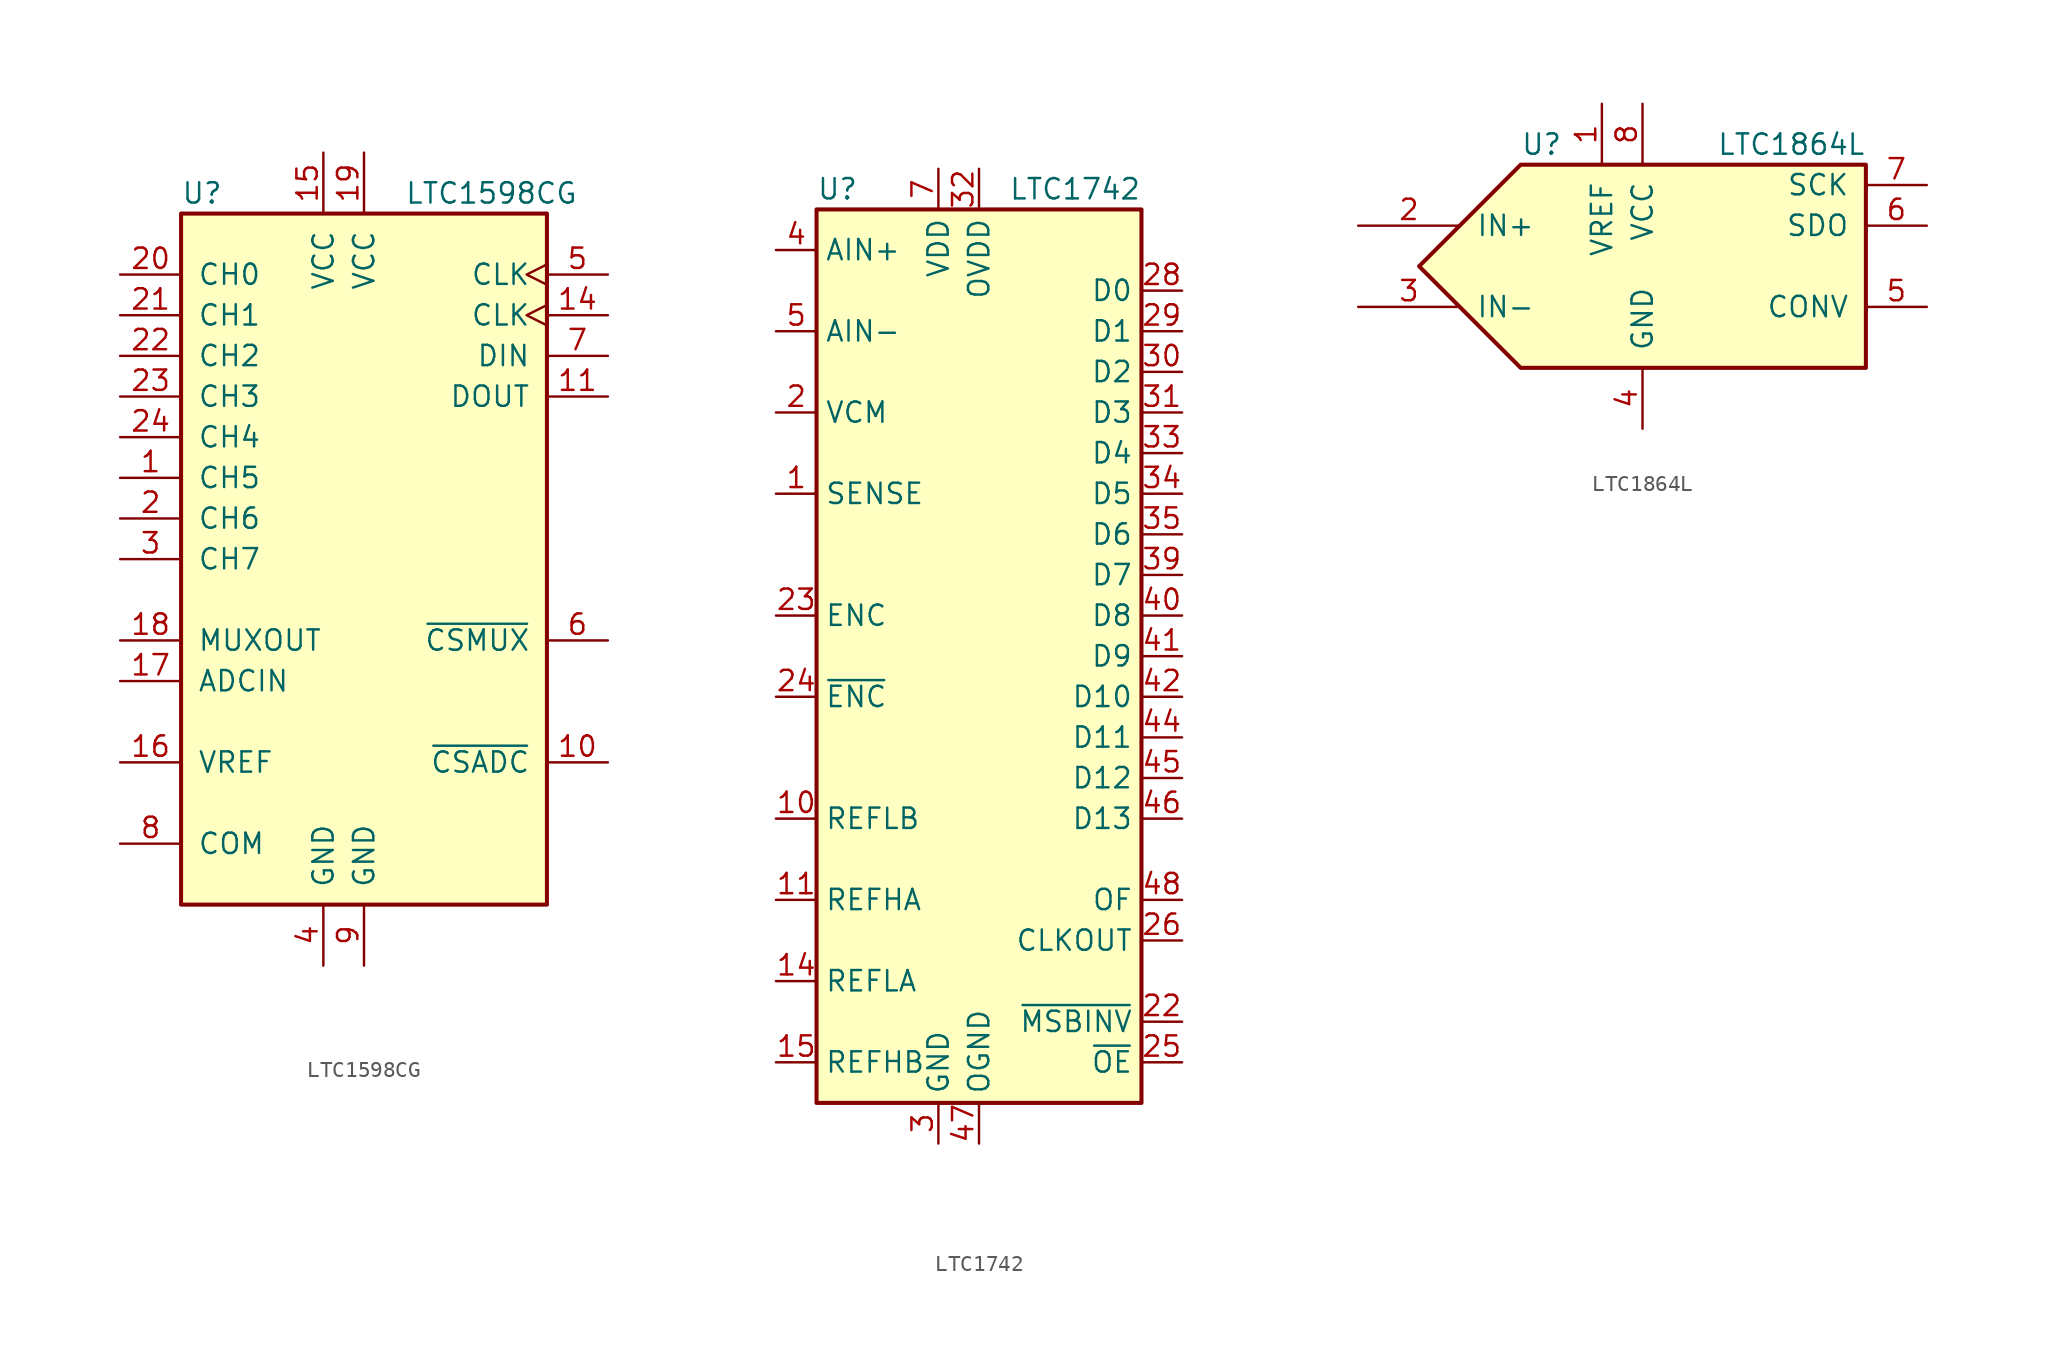
<source format=kicad_sym>
(kicad_symbol_lib
  (version 20201005)
  (generator kicad_symbol_editor)
  (symbol "Analog_ADC:LTC1598CG"
    (pin_names
      (offset 1.016))
    (property "Reference" "U"
      (at -11.43 22.86 0)
      (effects (font (size 1.27 1.27)) (justify left)))
    (property "Value" "LTC1598CG"
      (at 2.54 22.86 0)
      (effects (font (size 1.27 1.27)) (justify left)))
    (symbol "LTC1598CG_0_1"
      (rectangle (start -11.43 21.59) (end 11.43 -21.59) (stroke (width 0.254)) (fill (type background))))
    (symbol "LTC1598CG_1_1"
      (pin input line (at -15.24 5.08 0) (length 3.81) (name "CH5" (effects (font (size 1.27 1.27)))) (number "1" (effects (font (size 1.27 1.27)))))
      (pin input line (at 15.24 -12.7 180) (length 3.81) (name "~CSADC~" (effects (font (size 1.27 1.27)))) (number "10" (effects (font (size 1.27 1.27)))))
      (pin output line (at 15.24 10.16 180) (length 3.81) (name "DOUT" (effects (font (size 1.27 1.27)))) (number "11" (effects (font (size 1.27 1.27)))))
      (pin no_connect line (at 2.54 -25.4 90) (length 3.81) hide (name "NC" (effects (font (size 1.27 1.27)))) (number "12" (effects (font (size 1.27 1.27)))))
      (pin no_connect line (at 5.08 -25.4 90) (length 3.81) hide (name "NC" (effects (font (size 1.27 1.27)))) (number "13" (effects (font (size 1.27 1.27)))))
      (pin input clock (at 15.24 15.24 180) (length 3.81) (name "CLK" (effects (font (size 1.27 1.27)))) (number "14" (effects (font (size 1.27 1.27)))))
      (pin power_in line (at -2.54 25.4 270) (length 3.81) (name "VCC" (effects (font (size 1.27 1.27)))) (number "15" (effects (font (size 1.27 1.27)))))
      (pin input line (at -15.24 -12.7 0) (length 3.81) (name "VREF" (effects (font (size 1.27 1.27)))) (number "16" (effects (font (size 1.27 1.27)))))
      (pin input line (at -15.24 -7.62 0) (length 3.81) (name "ADCIN" (effects (font (size 1.27 1.27)))) (number "17" (effects (font (size 1.27 1.27)))))
      (pin output line (at -15.24 -5.08 0) (length 3.81) (name "MUXOUT" (effects (font (size 1.27 1.27)))) (number "18" (effects (font (size 1.27 1.27)))))
      (pin power_in line (at 0 25.4 270) (length 3.81) (name "VCC" (effects (font (size 1.27 1.27)))) (number "19" (effects (font (size 1.27 1.27)))))
      (pin input line (at -15.24 2.54 0) (length 3.81) (name "CH6" (effects (font (size 1.27 1.27)))) (number "2" (effects (font (size 1.27 1.27)))))
      (pin input line (at -15.24 17.78 0) (length 3.81) (name "CH0" (effects (font (size 1.27 1.27)))) (number "20" (effects (font (size 1.27 1.27)))))
      (pin input line (at -15.24 15.24 0) (length 3.81) (name "CH1" (effects (font (size 1.27 1.27)))) (number "21" (effects (font (size 1.27 1.27)))))
      (pin input line (at -15.24 12.7 0) (length 3.81) (name "CH2" (effects (font (size 1.27 1.27)))) (number "22" (effects (font (size 1.27 1.27)))))
      (pin input line (at -15.24 10.16 0) (length 3.81) (name "CH3" (effects (font (size 1.27 1.27)))) (number "23" (effects (font (size 1.27 1.27)))))
      (pin input line (at -15.24 7.62 0) (length 3.81) (name "CH4" (effects (font (size 1.27 1.27)))) (number "24" (effects (font (size 1.27 1.27)))))
      (pin input line (at -15.24 0 0) (length 3.81) (name "CH7" (effects (font (size 1.27 1.27)))) (number "3" (effects (font (size 1.27 1.27)))))
      (pin power_in line (at -2.54 -25.4 90) (length 3.81) (name "GND" (effects (font (size 1.27 1.27)))) (number "4" (effects (font (size 1.27 1.27)))))
      (pin input clock (at 15.24 17.78 180) (length 3.81) (name "CLK" (effects (font (size 1.27 1.27)))) (number "5" (effects (font (size 1.27 1.27)))))
      (pin input line (at 15.24 -5.08 180) (length 3.81) (name "~CSMUX~" (effects (font (size 1.27 1.27)))) (number "6" (effects (font (size 1.27 1.27)))))
      (pin input line (at 15.24 12.7 180) (length 3.81) (name "DIN" (effects (font (size 1.27 1.27)))) (number "7" (effects (font (size 1.27 1.27)))))
      (pin input line (at -15.24 -17.78 0) (length 3.81) (name "COM" (effects (font (size 1.27 1.27)))) (number "8" (effects (font (size 1.27 1.27)))))
      (pin power_in line (at 0 -25.4 90) (length 3.81) (name "GND" (effects (font (size 1.27 1.27)))) (number "9" (effects (font (size 1.27 1.27)))))))
  (symbol "Analog_ADC:LTC1742"
    (property "Reference" "U"
      (at -10.16 29.21 0)
      (effects (font (size 1.27 1.27)) (justify left)))
    (property "Value" "LTC1742"
      (at 10.16 29.21 0)
      (effects (font (size 1.27 1.27)) (justify right)))
    (symbol "LTC1742_0_1"
      (rectangle (start -10.16 27.94) (end 10.16 -27.94) (stroke (width 0.254)) (fill (type background))))
    (symbol "LTC1742_1_1"
      (pin input line (at -12.7 10.16 0) (length 2.54) (name "SENSE" (effects (font (size 1.27 1.27)))) (number "1" (effects (font (size 1.27 1.27)))))
      (pin passive line (at -12.7 -10.16 0) (length 2.54) (name "REFLB" (effects (font (size 1.27 1.27)))) (number "10" (effects (font (size 1.27 1.27)))))
      (pin passive line (at -12.7 -15.24 0) (length 2.54) (name "REFHA" (effects (font (size 1.27 1.27)))) (number "11" (effects (font (size 1.27 1.27)))))
      (pin passive line (at -2.54 -30.48 90) (length 2.54) hide (name "GND" (effects (font (size 1.27 1.27)))) (number "12" (effects (font (size 1.27 1.27)))))
      (pin passive line (at -2.54 -30.48 90) (length 2.54) hide (name "GND" (effects (font (size 1.27 1.27)))) (number "13" (effects (font (size 1.27 1.27)))))
      (pin passive line (at -12.7 -20.32 0) (length 2.54) (name "REFLA" (effects (font (size 1.27 1.27)))) (number "14" (effects (font (size 1.27 1.27)))))
      (pin passive line (at -12.7 -25.4 0) (length 2.54) (name "REFHB" (effects (font (size 1.27 1.27)))) (number "15" (effects (font (size 1.27 1.27)))))
      (pin passive line (at -2.54 -30.48 90) (length 2.54) hide (name "GND" (effects (font (size 1.27 1.27)))) (number "16" (effects (font (size 1.27 1.27)))))
      (pin passive line (at -2.54 30.48 270) (length 2.54) hide (name "VDD" (effects (font (size 1.27 1.27)))) (number "17" (effects (font (size 1.27 1.27)))))
      (pin passive line (at -2.54 30.48 270) (length 2.54) hide (name "VDD" (effects (font (size 1.27 1.27)))) (number "18" (effects (font (size 1.27 1.27)))))
      (pin passive line (at -2.54 -30.48 90) (length 2.54) hide (name "GND" (effects (font (size 1.27 1.27)))) (number "19" (effects (font (size 1.27 1.27)))))
      (pin output line (at -12.7 15.24 0) (length 2.54) (name "VCM" (effects (font (size 1.27 1.27)))) (number "2" (effects (font (size 1.27 1.27)))))
      (pin passive line (at -2.54 30.48 270) (length 2.54) hide (name "VDD" (effects (font (size 1.27 1.27)))) (number "20" (effects (font (size 1.27 1.27)))))
      (pin passive line (at -2.54 -30.48 90) (length 2.54) hide (name "GND" (effects (font (size 1.27 1.27)))) (number "21" (effects (font (size 1.27 1.27)))))
      (pin input line (at 12.7 -22.86 180) (length 2.54) (name "~MSBINV" (effects (font (size 1.27 1.27)))) (number "22" (effects (font (size 1.27 1.27)))))
      (pin input line (at -12.7 2.54 0) (length 2.54) (name "ENC" (effects (font (size 1.27 1.27)))) (number "23" (effects (font (size 1.27 1.27)))))
      (pin input line (at -12.7 -2.54 0) (length 2.54) (name "~ENC" (effects (font (size 1.27 1.27)))) (number "24" (effects (font (size 1.27 1.27)))))
      (pin input line (at 12.7 -25.4 180) (length 2.54) (name "~OE" (effects (font (size 1.27 1.27)))) (number "25" (effects (font (size 1.27 1.27)))))
      (pin output line (at 12.7 -17.78 180) (length 2.54) (name "CLKOUT" (effects (font (size 1.27 1.27)))) (number "26" (effects (font (size 1.27 1.27)))))
      (pin passive line (at 0 -30.48 90) (length 2.54) hide (name "OGND" (effects (font (size 1.27 1.27)))) (number "27" (effects (font (size 1.27 1.27)))))
      (pin output line (at 12.7 22.86 180) (length 2.54) (name "D0" (effects (font (size 1.27 1.27)))) (number "28" (effects (font (size 1.27 1.27)))))
      (pin output line (at 12.7 20.32 180) (length 2.54) (name "D1" (effects (font (size 1.27 1.27)))) (number "29" (effects (font (size 1.27 1.27)))))
      (pin power_in line (at -2.54 -30.48 90) (length 2.54) (name "GND" (effects (font (size 1.27 1.27)))) (number "3" (effects (font (size 1.27 1.27)))))
      (pin output line (at 12.7 17.78 180) (length 2.54) (name "D2" (effects (font (size 1.27 1.27)))) (number "30" (effects (font (size 1.27 1.27)))))
      (pin output line (at 12.7 15.24 180) (length 2.54) (name "D3" (effects (font (size 1.27 1.27)))) (number "31" (effects (font (size 1.27 1.27)))))
      (pin power_in line (at 0 30.48 270) (length 2.54) (name "OVDD" (effects (font (size 1.27 1.27)))) (number "32" (effects (font (size 1.27 1.27)))))
      (pin output line (at 12.7 12.7 180) (length 2.54) (name "D4" (effects (font (size 1.27 1.27)))) (number "33" (effects (font (size 1.27 1.27)))))
      (pin output line (at 12.7 10.16 180) (length 2.54) (name "D5" (effects (font (size 1.27 1.27)))) (number "34" (effects (font (size 1.27 1.27)))))
      (pin output line (at 12.7 7.62 180) (length 2.54) (name "D6" (effects (font (size 1.27 1.27)))) (number "35" (effects (font (size 1.27 1.27)))))
      (pin passive line (at -2.54 -30.48 90) (length 2.54) hide (name "GND" (effects (font (size 1.27 1.27)))) (number "36" (effects (font (size 1.27 1.27)))))
      (pin passive line (at -2.54 -30.48 90) (length 2.54) hide (name "GND" (effects (font (size 1.27 1.27)))) (number "37" (effects (font (size 1.27 1.27)))))
      (pin passive line (at 0 -30.48 90) (length 2.54) hide (name "OGND" (effects (font (size 1.27 1.27)))) (number "38" (effects (font (size 1.27 1.27)))))
      (pin output line (at 12.7 5.08 180) (length 2.54) (name "D7" (effects (font (size 1.27 1.27)))) (number "39" (effects (font (size 1.27 1.27)))))
      (pin input line (at -12.7 25.4 0) (length 2.54) (name "AIN+" (effects (font (size 1.27 1.27)))) (number "4" (effects (font (size 1.27 1.27)))))
      (pin output line (at 12.7 2.54 180) (length 2.54) (name "D8" (effects (font (size 1.27 1.27)))) (number "40" (effects (font (size 1.27 1.27)))))
      (pin output line (at 12.7 0 180) (length 2.54) (name "D9" (effects (font (size 1.27 1.27)))) (number "41" (effects (font (size 1.27 1.27)))))
      (pin output line (at 12.7 -2.54 180) (length 2.54) (name "D10" (effects (font (size 1.27 1.27)))) (number "42" (effects (font (size 1.27 1.27)))))
      (pin passive line (at 0 30.48 270) (length 2.54) hide (name "OVDD" (effects (font (size 1.27 1.27)))) (number "43" (effects (font (size 1.27 1.27)))))
      (pin output line (at 12.7 -5.08 180) (length 2.54) (name "D11" (effects (font (size 1.27 1.27)))) (number "44" (effects (font (size 1.27 1.27)))))
      (pin output line (at 12.7 -7.62 180) (length 2.54) (name "D12" (effects (font (size 1.27 1.27)))) (number "45" (effects (font (size 1.27 1.27)))))
      (pin output line (at 12.7 -10.16 180) (length 2.54) (name "D13" (effects (font (size 1.27 1.27)))) (number "46" (effects (font (size 1.27 1.27)))))
      (pin power_in line (at 0 -30.48 90) (length 2.54) (name "OGND" (effects (font (size 1.27 1.27)))) (number "47" (effects (font (size 1.27 1.27)))))
      (pin output line (at 12.7 -15.24 180) (length 2.54) (name "OF" (effects (font (size 1.27 1.27)))) (number "48" (effects (font (size 1.27 1.27)))))
      (pin input line (at -12.7 20.32 0) (length 2.54) (name "AIN-" (effects (font (size 1.27 1.27)))) (number "5" (effects (font (size 1.27 1.27)))))
      (pin passive line (at -2.54 -30.48 90) (length 2.54) hide (name "GND" (effects (font (size 1.27 1.27)))) (number "6" (effects (font (size 1.27 1.27)))))
      (pin power_in line (at -2.54 30.48 270) (length 2.54) (name "VDD" (effects (font (size 1.27 1.27)))) (number "7" (effects (font (size 1.27 1.27)))))
      (pin passive line (at -2.54 30.48 270) (length 2.54) hide (name "VDD" (effects (font (size 1.27 1.27)))) (number "8" (effects (font (size 1.27 1.27)))))
      (pin passive line (at -2.54 -30.48 90) (length 2.54) hide (name "GND" (effects (font (size 1.27 1.27)))) (number "9" (effects (font (size 1.27 1.27)))))))
  (symbol "Analog_ADC:LTC1864L"
    (pin_names
      (offset 1.016))
    (property "Reference" "U"
      (at -10.16 7.62 0)
      (effects (font (size 1.27 1.27)) (justify left)))
    (property "Value" "LTC1864L"
      (at 11.43 7.62 0)
      (effects (font (size 1.27 1.27)) (justify right)))
    (symbol "LTC1864L_0_1"
      (polyline (pts (xy 11.43 6.35) (xy -10.16 6.35) (xy -16.51 0) (xy -10.16 -6.35) (xy 11.43 -6.35) (xy 11.43 6.35)) (stroke (width 0.254)) (fill (type background))))
    (symbol "LTC1864L_1_1"
      (pin input line (at -5.08 10.16 270) (length 3.81) (name "VREF" (effects (font (size 1.27 1.27)))) (number "1" (effects (font (size 1.27 1.27)))))
      (pin input line (at -20.32 2.54 0) (length 6.35) (name "IN+" (effects (font (size 1.27 1.27)))) (number "2" (effects (font (size 1.27 1.27)))))
      (pin input line (at -20.32 -2.54 0) (length 6.35) (name "IN-" (effects (font (size 1.27 1.27)))) (number "3" (effects (font (size 1.27 1.27)))))
      (pin power_in line (at -2.54 -10.16 90) (length 3.81) (name "GND" (effects (font (size 1.27 1.27)))) (number "4" (effects (font (size 1.27 1.27)))))
      (pin input line (at 15.24 -2.54 180) (length 3.81) (name "CONV" (effects (font (size 1.27 1.27)))) (number "5" (effects (font (size 1.27 1.27)))))
      (pin output line (at 15.24 2.54 180) (length 3.81) (name "SDO" (effects (font (size 1.27 1.27)))) (number "6" (effects (font (size 1.27 1.27)))))
      (pin input line (at 15.24 5.08 180) (length 3.81) (name "SCK" (effects (font (size 1.27 1.27)))) (number "7" (effects (font (size 1.27 1.27)))))
      (pin power_in line (at -2.54 10.16 270) (length 3.81) (name "VCC" (effects (font (size 1.27 1.27)))) (number "8" (effects (font (size 1.27 1.27))))))))
</source>
